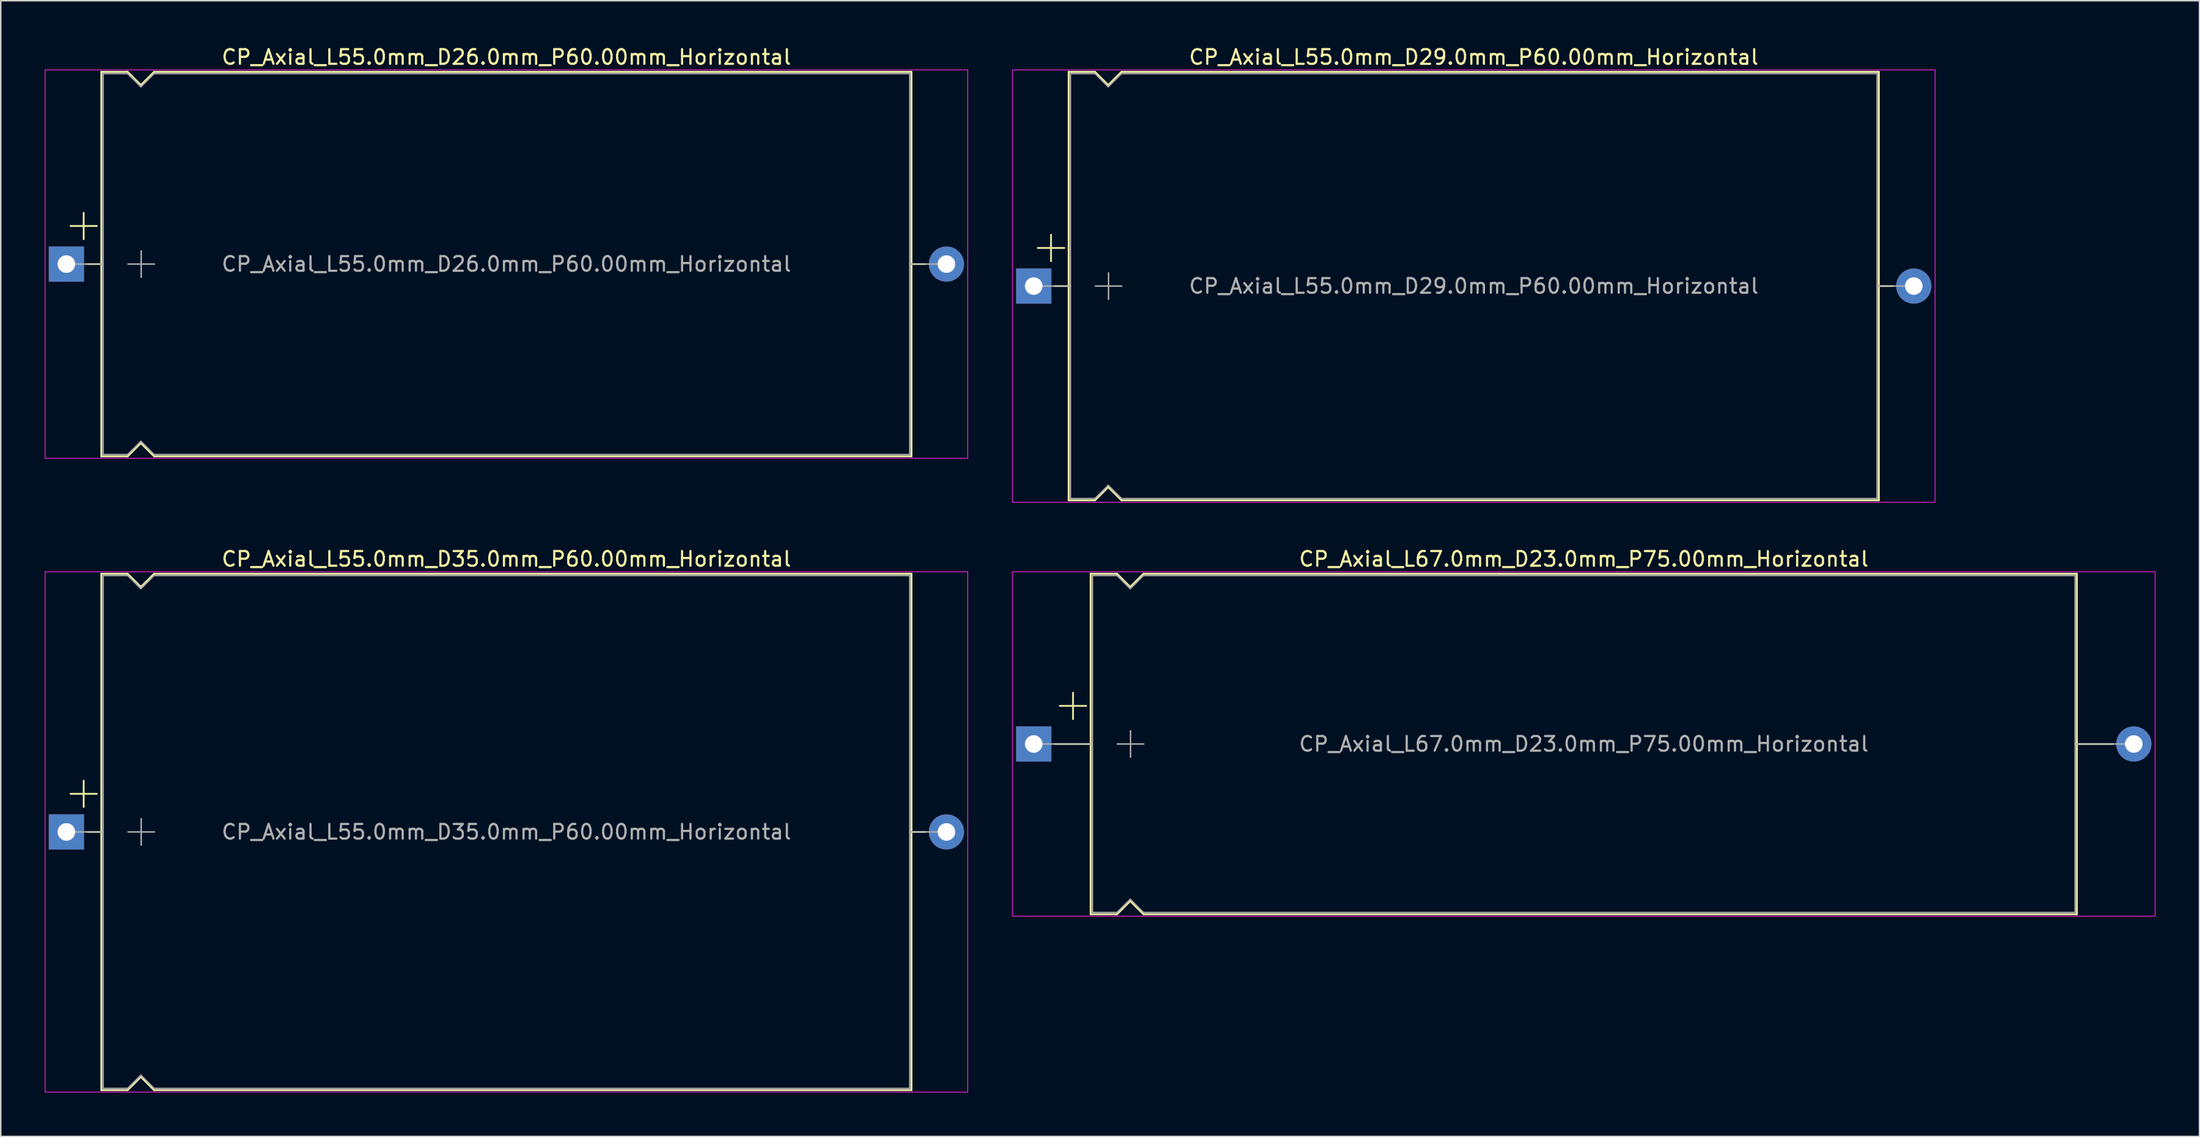
<source format=kicad_pcb>
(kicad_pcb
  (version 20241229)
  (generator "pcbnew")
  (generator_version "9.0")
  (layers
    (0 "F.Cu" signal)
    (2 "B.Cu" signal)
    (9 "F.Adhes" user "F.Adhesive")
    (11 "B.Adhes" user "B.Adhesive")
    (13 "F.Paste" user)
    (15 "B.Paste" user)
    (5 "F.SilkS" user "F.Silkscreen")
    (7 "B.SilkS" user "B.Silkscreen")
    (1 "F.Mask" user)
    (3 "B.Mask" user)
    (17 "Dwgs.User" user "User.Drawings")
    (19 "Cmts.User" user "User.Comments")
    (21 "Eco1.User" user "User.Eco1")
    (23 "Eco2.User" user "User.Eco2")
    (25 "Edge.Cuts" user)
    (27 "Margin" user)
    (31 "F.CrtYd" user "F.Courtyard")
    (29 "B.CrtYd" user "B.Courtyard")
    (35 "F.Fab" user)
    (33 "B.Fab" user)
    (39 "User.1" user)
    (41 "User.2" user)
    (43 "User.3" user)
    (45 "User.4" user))
  (footprint "CP_Axial_L55.0mm_D29.0mm_P60.00mm_Horizontal"
    (layer "F.Cu")
    (at 67.425 16.468)
    (property "Reference" "CP_Axial_L55.0mm_D29.0mm_P60.00mm_Horizontal" (at 30 -15.62 0) (layer "F.SilkS") (effects (font (size 1 1) (thickness 0.15))))
    (attr through_hole)
    (fp_line (start 0.28 -2.6) (end 2.08 -2.6) (stroke (width 0.12) (type solid)) (layer "F.SilkS"))
    (fp_line (start 1.18 -3.5) (end 1.18 -1.7) (stroke (width 0.12) (type solid)) (layer "F.SilkS"))
    (fp_line (start 1.44 0) (end 2.38 0) (stroke (width 0.12) (type solid)) (layer "F.SilkS"))
    (fp_line (start 2.38 -14.62) (end 2.38 14.62) (stroke (width 0.12) (type solid)) (layer "F.SilkS"))
    (fp_line (start 2.38 -14.62) (end 4.18 -14.62) (stroke (width 0.12) (type solid)) (layer "F.SilkS"))
    (fp_line (start 2.38 14.62) (end 4.18 14.62) (stroke (width 0.12) (type solid)) (layer "F.SilkS"))
    (fp_line (start 4.18 -14.62) (end 5.08 -13.72) (stroke (width 0.12) (type solid)) (layer "F.SilkS"))
    (fp_line (start 4.18 14.62) (end 5.08 13.72) (stroke (width 0.12) (type solid)) (layer "F.SilkS"))
    (fp_line (start 5.08 -13.72) (end 5.98 -14.62) (stroke (width 0.12) (type solid)) (layer "F.SilkS"))
    (fp_line (start 5.08 13.72) (end 5.98 14.62) (stroke (width 0.12) (type solid)) (layer "F.SilkS"))
    (fp_line (start 5.98 -14.62) (end 57.62 -14.62) (stroke (width 0.12) (type solid)) (layer "F.SilkS"))
    (fp_line (start 5.98 14.62) (end 57.62 14.62) (stroke (width 0.12) (type solid)) (layer "F.SilkS"))
    (fp_line (start 57.62 -14.62) (end 57.62 14.62) (stroke (width 0.12) (type solid)) (layer "F.SilkS"))
    (fp_line (start 58.56 0) (end 57.62 0) (stroke (width 0.12) (type solid)) (layer "F.SilkS"))
    (fp_line (start -1.45 -14.75) (end -1.45 14.75) (stroke (width 0.05) (type solid)) (layer "F.CrtYd"))
    (fp_line (start -1.45 14.75) (end 61.45 14.75) (stroke (width 0.05) (type solid)) (layer "F.CrtYd"))
    (fp_line (start 61.45 -14.75) (end -1.45 -14.75) (stroke (width 0.05) (type solid)) (layer "F.CrtYd"))
    (fp_line (start 61.45 14.75) (end 61.45 -14.75) (stroke (width 0.05) (type solid)) (layer "F.CrtYd"))
    (fp_line (start 0 0) (end 2.5 0) (stroke (width 0.1) (type solid)) (layer "F.Fab"))
    (fp_line (start 2.5 -14.5) (end 2.5 14.5) (stroke (width 0.1) (type solid)) (layer "F.Fab"))
    (fp_line (start 2.5 -14.5) (end 4.18 -14.5) (stroke (width 0.1) (type solid)) (layer "F.Fab"))
    (fp_line (start 2.5 14.5) (end 4.18 14.5) (stroke (width 0.1) (type solid)) (layer "F.Fab"))
    (fp_line (start 4.18 -14.5) (end 5.08 -13.6) (stroke (width 0.1) (type solid)) (layer "F.Fab"))
    (fp_line (start 4.18 14.5) (end 5.08 13.6) (stroke (width 0.1) (type solid)) (layer "F.Fab"))
    (fp_line (start 4.2 0) (end 6 0) (stroke (width 0.1) (type solid)) (layer "F.Fab"))
    (fp_line (start 5.08 -13.6) (end 5.98 -14.5) (stroke (width 0.1) (type solid)) (layer "F.Fab"))
    (fp_line (start 5.08 13.6) (end 5.98 14.5) (stroke (width 0.1) (type solid)) (layer "F.Fab"))
    (fp_line (start 5.1 -0.9) (end 5.1 0.9) (stroke (width 0.1) (type solid)) (layer "F.Fab"))
    (fp_line (start 5.98 -14.5) (end 57.5 -14.5) (stroke (width 0.1) (type solid)) (layer "F.Fab"))
    (fp_line (start 5.98 14.5) (end 57.5 14.5) (stroke (width 0.1) (type solid)) (layer "F.Fab"))
    (fp_line (start 57.5 -14.5) (end 57.5 14.5) (stroke (width 0.1) (type solid)) (layer "F.Fab"))
    (fp_line (start 60 0) (end 57.5 0) (stroke (width 0.1) (type solid)) (layer "F.Fab"))
    (fp_text user "${REFERENCE}" (at 30 0 0) (layer "F.Fab") (effects (font (size 1 1) (thickness 0.15))))
    (pad "1" thru_hole rect (at 0 0) (size 2.4 2.4) (drill 1.2) (layers "*.Cu" "*.Mask"))
    (pad "2" thru_hole oval (at 60 0) (size 2.4 2.4) (drill 1.2) (layers "*.Cu" "*.Mask")))
  (footprint "CP_Axial_L55.0mm_D35.0mm_P60.00mm_Horizontal"
    (layer "F.Cu")
    (at 1.475 53.712)
    (property "Reference" "CP_Axial_L55.0mm_D35.0mm_P60.00mm_Horizontal" (at 30 -18.62 0) (layer "F.SilkS") (effects (font (size 1 1) (thickness 0.15))))
    (attr through_hole)
    (fp_line (start 0.28 -2.6) (end 2.08 -2.6) (stroke (width 0.12) (type solid)) (layer "F.SilkS"))
    (fp_line (start 1.18 -3.5) (end 1.18 -1.7) (stroke (width 0.12) (type solid)) (layer "F.SilkS"))
    (fp_line (start 1.44 0) (end 2.38 0) (stroke (width 0.12) (type solid)) (layer "F.SilkS"))
    (fp_line (start 2.38 -17.62) (end 2.38 17.62) (stroke (width 0.12) (type solid)) (layer "F.SilkS"))
    (fp_line (start 2.38 -17.62) (end 4.18 -17.62) (stroke (width 0.12) (type solid)) (layer "F.SilkS"))
    (fp_line (start 2.38 17.62) (end 4.18 17.62) (stroke (width 0.12) (type solid)) (layer "F.SilkS"))
    (fp_line (start 4.18 -17.62) (end 5.08 -16.72) (stroke (width 0.12) (type solid)) (layer "F.SilkS"))
    (fp_line (start 4.18 17.62) (end 5.08 16.72) (stroke (width 0.12) (type solid)) (layer "F.SilkS"))
    (fp_line (start 5.08 -16.72) (end 5.98 -17.62) (stroke (width 0.12) (type solid)) (layer "F.SilkS"))
    (fp_line (start 5.08 16.72) (end 5.98 17.62) (stroke (width 0.12) (type solid)) (layer "F.SilkS"))
    (fp_line (start 5.98 -17.62) (end 57.62 -17.62) (stroke (width 0.12) (type solid)) (layer "F.SilkS"))
    (fp_line (start 5.98 17.62) (end 57.62 17.62) (stroke (width 0.12) (type solid)) (layer "F.SilkS"))
    (fp_line (start 57.62 -17.62) (end 57.62 17.62) (stroke (width 0.12) (type solid)) (layer "F.SilkS"))
    (fp_line (start 58.56 0) (end 57.62 0) (stroke (width 0.12) (type solid)) (layer "F.SilkS"))
    (fp_line (start -1.45 -17.75) (end -1.45 17.75) (stroke (width 0.05) (type solid)) (layer "F.CrtYd"))
    (fp_line (start -1.45 17.75) (end 61.45 17.75) (stroke (width 0.05) (type solid)) (layer "F.CrtYd"))
    (fp_line (start 61.45 -17.75) (end -1.45 -17.75) (stroke (width 0.05) (type solid)) (layer "F.CrtYd"))
    (fp_line (start 61.45 17.75) (end 61.45 -17.75) (stroke (width 0.05) (type solid)) (layer "F.CrtYd"))
    (fp_line (start 0 0) (end 2.5 0) (stroke (width 0.1) (type solid)) (layer "F.Fab"))
    (fp_line (start 2.5 -17.5) (end 2.5 17.5) (stroke (width 0.1) (type solid)) (layer "F.Fab"))
    (fp_line (start 2.5 -17.5) (end 4.18 -17.5) (stroke (width 0.1) (type solid)) (layer "F.Fab"))
    (fp_line (start 2.5 17.5) (end 4.18 17.5) (stroke (width 0.1) (type solid)) (layer "F.Fab"))
    (fp_line (start 4.18 -17.5) (end 5.08 -16.6) (stroke (width 0.1) (type solid)) (layer "F.Fab"))
    (fp_line (start 4.18 17.5) (end 5.08 16.6) (stroke (width 0.1) (type solid)) (layer "F.Fab"))
    (fp_line (start 4.2 0) (end 6 0) (stroke (width 0.1) (type solid)) (layer "F.Fab"))
    (fp_line (start 5.08 -16.6) (end 5.98 -17.5) (stroke (width 0.1) (type solid)) (layer "F.Fab"))
    (fp_line (start 5.08 16.6) (end 5.98 17.5) (stroke (width 0.1) (type solid)) (layer "F.Fab"))
    (fp_line (start 5.1 -0.9) (end 5.1 0.9) (stroke (width 0.1) (type solid)) (layer "F.Fab"))
    (fp_line (start 5.98 -17.5) (end 57.5 -17.5) (stroke (width 0.1) (type solid)) (layer "F.Fab"))
    (fp_line (start 5.98 17.5) (end 57.5 17.5) (stroke (width 0.1) (type solid)) (layer "F.Fab"))
    (fp_line (start 57.5 -17.5) (end 57.5 17.5) (stroke (width 0.1) (type solid)) (layer "F.Fab"))
    (fp_line (start 60 0) (end 57.5 0) (stroke (width 0.1) (type solid)) (layer "F.Fab"))
    (fp_text user "${REFERENCE}" (at 30 0 0) (layer "F.Fab") (effects (font (size 1 1) (thickness 0.15))))
    (pad "1" thru_hole rect (at 0 0) (size 2.4 2.4) (drill 1.2) (layers "*.Cu" "*.Mask"))
    (pad "2" thru_hole oval (at 60 0) (size 2.4 2.4) (drill 1.2) (layers "*.Cu" "*.Mask")))
  (footprint "CP_Axial_L67.0mm_D23.0mm_P75.00mm_Horizontal"
    (layer "F.Cu")
    (at 67.425 47.712)
    (property "Reference" "CP_Axial_L67.0mm_D23.0mm_P75.00mm_Horizontal" (at 37.5 -12.62 0) (layer "F.SilkS") (effects (font (size 1 1) (thickness 0.15))))
    (attr through_hole)
    (fp_line (start 1.44 0) (end 3.88 0) (stroke (width 0.12) (type solid)) (layer "F.SilkS"))
    (fp_line (start 1.78 -2.6) (end 3.58 -2.6) (stroke (width 0.12) (type solid)) (layer "F.SilkS"))
    (fp_line (start 2.68 -3.5) (end 2.68 -1.7) (stroke (width 0.12) (type solid)) (layer "F.SilkS"))
    (fp_line (start 3.88 -11.62) (end 3.88 11.62) (stroke (width 0.12) (type solid)) (layer "F.SilkS"))
    (fp_line (start 3.88 -11.62) (end 5.68 -11.62) (stroke (width 0.12) (type solid)) (layer "F.SilkS"))
    (fp_line (start 3.88 11.62) (end 5.68 11.62) (stroke (width 0.12) (type solid)) (layer "F.SilkS"))
    (fp_line (start 5.68 -11.62) (end 6.58 -10.72) (stroke (width 0.12) (type solid)) (layer "F.SilkS"))
    (fp_line (start 5.68 11.62) (end 6.58 10.72) (stroke (width 0.12) (type solid)) (layer "F.SilkS"))
    (fp_line (start 6.58 -10.72) (end 7.48 -11.62) (stroke (width 0.12) (type solid)) (layer "F.SilkS"))
    (fp_line (start 6.58 10.72) (end 7.48 11.62) (stroke (width 0.12) (type solid)) (layer "F.SilkS"))
    (fp_line (start 7.48 -11.62) (end 71.12 -11.62) (stroke (width 0.12) (type solid)) (layer "F.SilkS"))
    (fp_line (start 7.48 11.62) (end 71.12 11.62) (stroke (width 0.12) (type solid)) (layer "F.SilkS"))
    (fp_line (start 71.12 -11.62) (end 71.12 11.62) (stroke (width 0.12) (type solid)) (layer "F.SilkS"))
    (fp_line (start 73.56 0) (end 71.12 0) (stroke (width 0.12) (type solid)) (layer "F.SilkS"))
    (fp_line (start -1.45 -11.75) (end -1.45 11.75) (stroke (width 0.05) (type solid)) (layer "F.CrtYd"))
    (fp_line (start -1.45 11.75) (end 76.45 11.75) (stroke (width 0.05) (type solid)) (layer "F.CrtYd"))
    (fp_line (start 76.45 -11.75) (end -1.45 -11.75) (stroke (width 0.05) (type solid)) (layer "F.CrtYd"))
    (fp_line (start 76.45 11.75) (end 76.45 -11.75) (stroke (width 0.05) (type solid)) (layer "F.CrtYd"))
    (fp_line (start 0 0) (end 4 0) (stroke (width 0.1) (type solid)) (layer "F.Fab"))
    (fp_line (start 4 -11.5) (end 4 11.5) (stroke (width 0.1) (type solid)) (layer "F.Fab"))
    (fp_line (start 4 -11.5) (end 5.68 -11.5) (stroke (width 0.1) (type solid)) (layer "F.Fab"))
    (fp_line (start 4 11.5) (end 5.68 11.5) (stroke (width 0.1) (type solid)) (layer "F.Fab"))
    (fp_line (start 5.68 -11.5) (end 6.58 -10.6) (stroke (width 0.1) (type solid)) (layer "F.Fab"))
    (fp_line (start 5.68 11.5) (end 6.58 10.6) (stroke (width 0.1) (type solid)) (layer "F.Fab"))
    (fp_line (start 5.7 0) (end 7.5 0) (stroke (width 0.1) (type solid)) (layer "F.Fab"))
    (fp_line (start 6.58 -10.6) (end 7.48 -11.5) (stroke (width 0.1) (type solid)) (layer "F.Fab"))
    (fp_line (start 6.58 10.6) (end 7.48 11.5) (stroke (width 0.1) (type solid)) (layer "F.Fab"))
    (fp_line (start 6.6 -0.9) (end 6.6 0.9) (stroke (width 0.1) (type solid)) (layer "F.Fab"))
    (fp_line (start 7.48 -11.5) (end 71 -11.5) (stroke (width 0.1) (type solid)) (layer "F.Fab"))
    (fp_line (start 7.48 11.5) (end 71 11.5) (stroke (width 0.1) (type solid)) (layer "F.Fab"))
    (fp_line (start 71 -11.5) (end 71 11.5) (stroke (width 0.1) (type solid)) (layer "F.Fab"))
    (fp_line (start 75 0) (end 71 0) (stroke (width 0.1) (type solid)) (layer "F.Fab"))
    (fp_text user "${REFERENCE}" (at 37.5 0 0) (layer "F.Fab") (effects (font (size 1 1) (thickness 0.15))))
    (pad "1" thru_hole rect (at 0 0) (size 2.4 2.4) (drill 1.2) (layers "*.Cu" "*.Mask"))
    (pad "2" thru_hole oval (at 75 0) (size 2.4 2.4) (drill 1.2) (layers "*.Cu" "*.Mask")))
  (footprint "CP_Axial_L55.0mm_D26.0mm_P60.00mm_Horizontal"
    (layer "F.Cu")
    (at 1.475 14.968)
    (property "Reference" "CP_Axial_L55.0mm_D26.0mm_P60.00mm_Horizontal" (at 30 -14.12 0) (layer "F.SilkS") (effects (font (size 1 1) (thickness 0.15))))
    (attr through_hole)
    (fp_line (start 0.28 -2.6) (end 2.08 -2.6) (stroke (width 0.12) (type solid)) (layer "F.SilkS"))
    (fp_line (start 1.18 -3.5) (end 1.18 -1.7) (stroke (width 0.12) (type solid)) (layer "F.SilkS"))
    (fp_line (start 1.44 0) (end 2.38 0) (stroke (width 0.12) (type solid)) (layer "F.SilkS"))
    (fp_line (start 2.38 -13.12) (end 2.38 13.12) (stroke (width 0.12) (type solid)) (layer "F.SilkS"))
    (fp_line (start 2.38 -13.12) (end 4.18 -13.12) (stroke (width 0.12) (type solid)) (layer "F.SilkS"))
    (fp_line (start 2.38 13.12) (end 4.18 13.12) (stroke (width 0.12) (type solid)) (layer "F.SilkS"))
    (fp_line (start 4.18 -13.12) (end 5.08 -12.22) (stroke (width 0.12) (type solid)) (layer "F.SilkS"))
    (fp_line (start 4.18 13.12) (end 5.08 12.22) (stroke (width 0.12) (type solid)) (layer "F.SilkS"))
    (fp_line (start 5.08 -12.22) (end 5.98 -13.12) (stroke (width 0.12) (type solid)) (layer "F.SilkS"))
    (fp_line (start 5.08 12.22) (end 5.98 13.12) (stroke (width 0.12) (type solid)) (layer "F.SilkS"))
    (fp_line (start 5.98 -13.12) (end 57.62 -13.12) (stroke (width 0.12) (type solid)) (layer "F.SilkS"))
    (fp_line (start 5.98 13.12) (end 57.62 13.12) (stroke (width 0.12) (type solid)) (layer "F.SilkS"))
    (fp_line (start 57.62 -13.12) (end 57.62 13.12) (stroke (width 0.12) (type solid)) (layer "F.SilkS"))
    (fp_line (start 58.56 0) (end 57.62 0) (stroke (width 0.12) (type solid)) (layer "F.SilkS"))
    (fp_line (start -1.45 -13.25) (end -1.45 13.25) (stroke (width 0.05) (type solid)) (layer "F.CrtYd"))
    (fp_line (start -1.45 13.25) (end 61.45 13.25) (stroke (width 0.05) (type solid)) (layer "F.CrtYd"))
    (fp_line (start 61.45 -13.25) (end -1.45 -13.25) (stroke (width 0.05) (type solid)) (layer "F.CrtYd"))
    (fp_line (start 61.45 13.25) (end 61.45 -13.25) (stroke (width 0.05) (type solid)) (layer "F.CrtYd"))
    (fp_line (start 0 0) (end 2.5 0) (stroke (width 0.1) (type solid)) (layer "F.Fab"))
    (fp_line (start 2.5 -13) (end 2.5 13) (stroke (width 0.1) (type solid)) (layer "F.Fab"))
    (fp_line (start 2.5 -13) (end 4.18 -13) (stroke (width 0.1) (type solid)) (layer "F.Fab"))
    (fp_line (start 2.5 13) (end 4.18 13) (stroke (width 0.1) (type solid)) (layer "F.Fab"))
    (fp_line (start 4.18 -13) (end 5.08 -12.1) (stroke (width 0.1) (type solid)) (layer "F.Fab"))
    (fp_line (start 4.18 13) (end 5.08 12.1) (stroke (width 0.1) (type solid)) (layer "F.Fab"))
    (fp_line (start 4.2 0) (end 6 0) (stroke (width 0.1) (type solid)) (layer "F.Fab"))
    (fp_line (start 5.08 -12.1) (end 5.98 -13) (stroke (width 0.1) (type solid)) (layer "F.Fab"))
    (fp_line (start 5.08 12.1) (end 5.98 13) (stroke (width 0.1) (type solid)) (layer "F.Fab"))
    (fp_line (start 5.1 -0.9) (end 5.1 0.9) (stroke (width 0.1) (type solid)) (layer "F.Fab"))
    (fp_line (start 5.98 -13) (end 57.5 -13) (stroke (width 0.1) (type solid)) (layer "F.Fab"))
    (fp_line (start 5.98 13) (end 57.5 13) (stroke (width 0.1) (type solid)) (layer "F.Fab"))
    (fp_line (start 57.5 -13) (end 57.5 13) (stroke (width 0.1) (type solid)) (layer "F.Fab"))
    (fp_line (start 60 0) (end 57.5 0) (stroke (width 0.1) (type solid)) (layer "F.Fab"))
    (fp_text user "${REFERENCE}" (at 30 0 0) (layer "F.Fab") (effects (font (size 1 1) (thickness 0.15))))
    (pad "1" thru_hole rect (at 0 0) (size 2.4 2.4) (drill 1.2) (layers "*.Cu" "*.Mask"))
    (pad "2" thru_hole oval (at 60 0) (size 2.4 2.4) (drill 1.2) (layers "*.Cu" "*.Mask")))
  (gr_rect
    (start -3 -3)
    (end 146.9 74.487)
    (stroke (width 0.1) (type default))
    (fill no)
    (layer "Edge.Cuts")))
</source>
